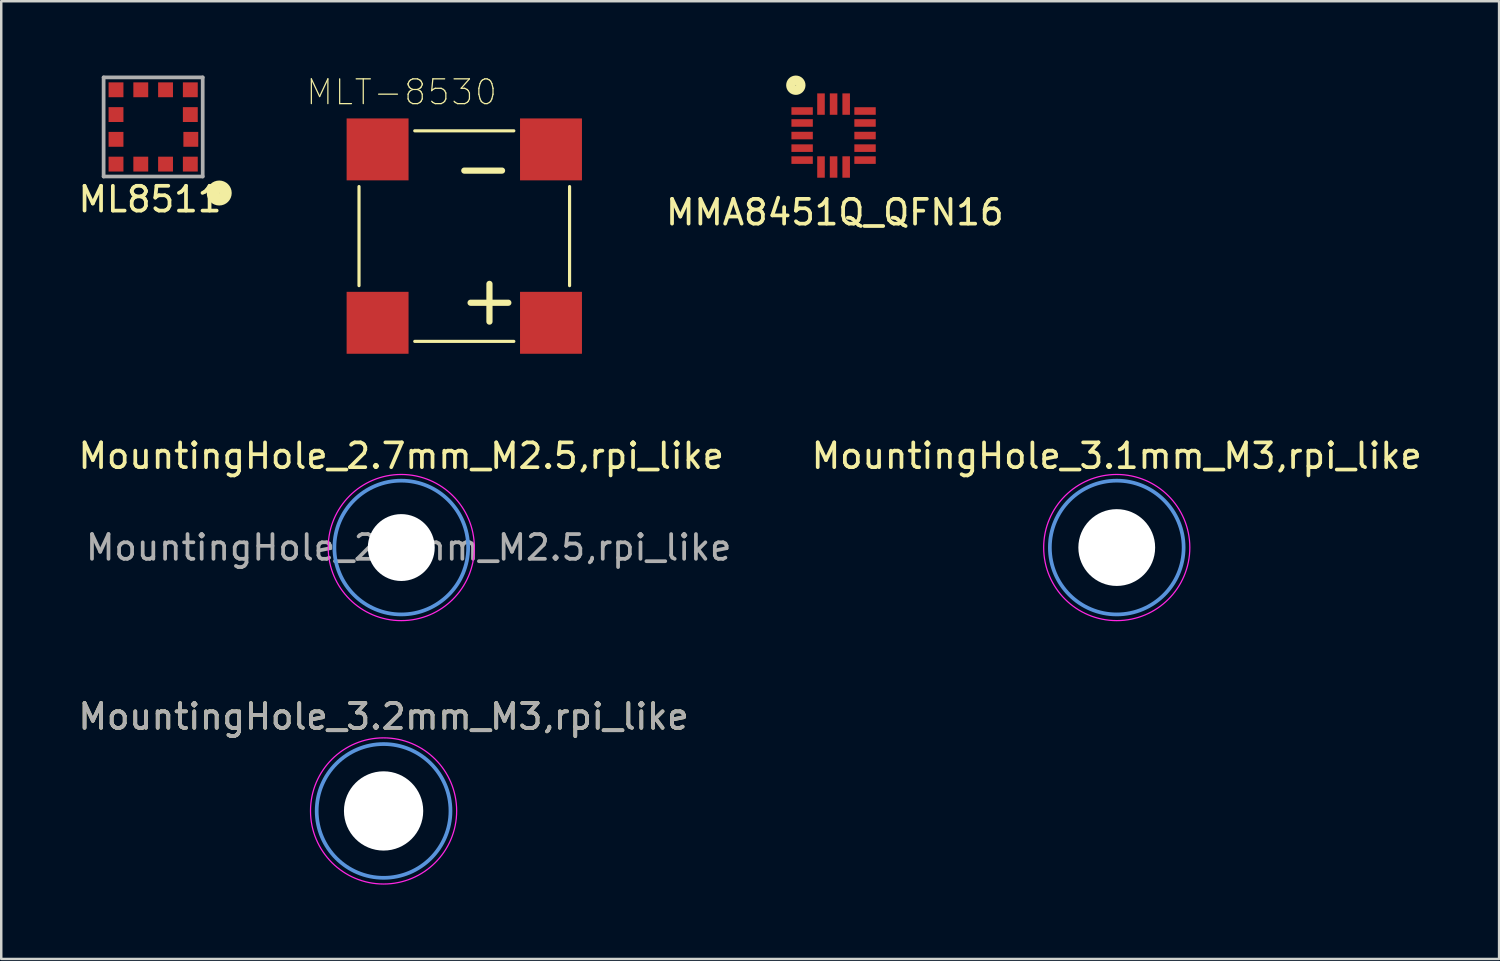
<source format=kicad_pcb>
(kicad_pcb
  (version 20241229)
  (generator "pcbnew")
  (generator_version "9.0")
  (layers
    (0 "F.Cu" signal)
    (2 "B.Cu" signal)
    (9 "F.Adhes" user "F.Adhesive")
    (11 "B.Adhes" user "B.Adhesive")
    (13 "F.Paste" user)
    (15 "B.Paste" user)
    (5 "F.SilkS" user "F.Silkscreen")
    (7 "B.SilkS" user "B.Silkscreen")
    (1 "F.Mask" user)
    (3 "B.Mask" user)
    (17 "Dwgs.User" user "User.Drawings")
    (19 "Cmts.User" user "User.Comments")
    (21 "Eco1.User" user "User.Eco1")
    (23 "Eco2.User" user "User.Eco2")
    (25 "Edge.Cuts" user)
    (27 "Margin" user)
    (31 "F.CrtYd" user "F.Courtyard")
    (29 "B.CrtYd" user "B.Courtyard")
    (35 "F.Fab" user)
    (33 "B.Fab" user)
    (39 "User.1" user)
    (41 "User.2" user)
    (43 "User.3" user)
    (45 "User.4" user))
  (footprint "MountingHole_3.2mm_M3,rpi_like"
    (layer "F.Cu")
    (at 12.435 29.687)
    (property "Reference" "MountingHole_3.2mm_M3,rpi_like" (at 0 -3.81 0) (layer "F.SilkS") (effects (font (size 1 1) (thickness 0.15))))
    (attr exclude_from_pos_files exclude_from_bom)
    (fp_circle (center 0 0) (end 1.905 0) (stroke (width 1.2) (type solid)) (fill no) (layer "F.Mask"))
    (fp_circle (center 0 0) (end 1.905 0) (stroke (width 1.2) (type solid)) (fill no) (layer "B.Mask"))
    (fp_circle (center 0 0) (end 2.7 0) (stroke (width 0.15) (type solid)) (fill no) (layer "Cmts.User"))
    (fp_circle (center 0 0) (end 2.95 0) (stroke (width 0.05) (type solid)) (fill no) (layer "F.CrtYd"))
    (fp_text user "${REFERENCE}" (at 0 -3.81 0) (layer "F.Fab") (effects (font (size 1 1) (thickness 0.15))))
    (pad "" np_thru_hole circle (at 0 0) (size 3.2 3.2) (drill 3.2) (layers "*.Cu" "*.Mask")))
  (footprint "MountingHole_2.7mm_M2.5,rpi_like"
    (layer "F.Cu")
    (at 13.149 19.054)
    (property "Reference" "MountingHole_2.7mm_M2.5,rpi_like" (at 0 -3.7 0) (layer "F.SilkS") (effects (font (size 1 1) (thickness 0.15))))
    (attr exclude_from_pos_files exclude_from_bom)
    (fp_circle (center 0 0) (end 1.905 0) (stroke (width 1.2) (type solid)) (fill no) (layer "F.Mask"))
    (fp_circle (center 0 0) (end 1.905 0) (stroke (width 1.2) (type solid)) (fill no) (layer "B.Mask"))
    (fp_circle (center 0 0) (end 2.7 0) (stroke (width 0.15) (type solid)) (fill no) (layer "Cmts.User"))
    (fp_circle (center 0 0) (end 2.95 0) (stroke (width 0.05) (type solid)) (fill no) (layer "F.CrtYd"))
    (fp_text user "${REFERENCE}" (at 0.3 0 0) (layer "F.Fab") (effects (font (size 1 1) (thickness 0.15))))
    (pad "" np_thru_hole circle (at 0 0) (size 2.7 2.7) (drill 2.7) (layers "*.Cu" "*.Mask")))
  (footprint "MMA8451Q_QFN16"
    (layer "F.Cu")
    (at 30.601 2.422)
    (property "Reference" "MMA8451Q_QFN16" (at 0.051 3.101 0) (layer "F.SilkS") (effects (font (size 1 1) (thickness 0.15))))
    (attr smd)
    (fp_circle (center -1.524 -2.032) (end -1.324 -2.032) (stroke (width 0.381) (type solid)) (fill no) (layer "F.SilkS"))
    (fp_line (start -1.499 -1.499) (end -1.499 1.499) (stroke (width 0.1) (type solid)) (layer "Eco2.User"))
    (fp_line (start -1.499 -1.143) (end -1.499 -0.838) (stroke (width 0.1) (type solid)) (layer "Eco2.User"))
    (fp_line (start -1.499 -0.66) (end -1.499 -0.356) (stroke (width 0.1) (type solid)) (layer "Eco2.User"))
    (fp_line (start -1.499 -0.229) (end -0.229 -1.499) (stroke (width 0.1) (type solid)) (layer "Eco2.User"))
    (fp_line (start -1.499 -0.152) (end -1.499 0.152) (stroke (width 0.1) (type solid)) (layer "Eco2.User"))
    (fp_line (start -1.499 0.356) (end -1.499 0.66) (stroke (width 0.1) (type solid)) (layer "Eco2.User"))
    (fp_line (start -1.499 0.838) (end -1.499 1.143) (stroke (width 0.1) (type solid)) (layer "Eco2.User"))
    (fp_line (start -1.499 1.499) (end 1.499 1.499) (stroke (width 0.1) (type solid)) (layer "Eco2.User"))
    (fp_line (start -0.66 1.499) (end -0.356 1.499) (stroke (width 0.1) (type solid)) (layer "Eco2.User"))
    (fp_line (start -0.356 -1.499) (end -0.66 -1.499) (stroke (width 0.1) (type solid)) (layer "Eco2.User"))
    (fp_line (start -0.152 1.499) (end 0.152 1.499) (stroke (width 0.1) (type solid)) (layer "Eco2.User"))
    (fp_line (start 0.152 -1.499) (end -0.152 -1.499) (stroke (width 0.1) (type solid)) (layer "Eco2.User"))
    (fp_line (start 0.356 1.499) (end 0.66 1.499) (stroke (width 0.1) (type solid)) (layer "Eco2.User"))
    (fp_line (start 0.66 -1.499) (end 0.356 -1.499) (stroke (width 0.1) (type solid)) (layer "Eco2.User"))
    (fp_line (start 1.499 -1.499) (end -1.499 -1.499) (stroke (width 0.1) (type solid)) (layer "Eco2.User"))
    (fp_line (start 1.499 -0.838) (end 1.499 -1.143) (stroke (width 0.1) (type solid)) (layer "Eco2.User"))
    (fp_line (start 1.499 -0.356) (end 1.499 -0.66) (stroke (width 0.1) (type solid)) (layer "Eco2.User"))
    (fp_line (start 1.499 0.152) (end 1.499 -0.152) (stroke (width 0.1) (type solid)) (layer "Eco2.User"))
    (fp_line (start 1.499 0.66) (end 1.499 0.356) (stroke (width 0.1) (type solid)) (layer "Eco2.User"))
    (fp_line (start 1.499 1.143) (end 1.499 0.838) (stroke (width 0.1) (type solid)) (layer "Eco2.User"))
    (fp_line (start 1.499 1.499) (end 1.499 -1.499) (stroke (width 0.1) (type solid)) (layer "Eco2.User"))
    (pad "1" smd rect (at -1.27 -0.991 270) (size 0.305 0.864) (layers "F.Cu" "F.Mask" "F.Paste"))
    (pad "2" smd rect (at -1.27 -0.508 270) (size 0.305 0.864) (layers "F.Cu" "F.Mask" "F.Paste"))
    (pad "3" smd rect (at -1.27 0 270) (size 0.305 0.864) (layers "F.Cu" "F.Mask" "F.Paste"))
    (pad "4" smd rect (at -1.27 0.508 270) (size 0.305 0.864) (layers "F.Cu" "F.Mask" "F.Paste"))
    (pad "5" smd rect (at -1.27 0.991 270) (size 0.305 0.864) (layers "F.Cu" "F.Mask" "F.Paste"))
    (pad "6" smd rect (at -0.508 1.27 180) (size 0.305 0.864) (layers "F.Cu" "F.Mask" "F.Paste"))
    (pad "7" smd rect (at 0 1.27 180) (size 0.305 0.864) (layers "F.Cu" "F.Mask" "F.Paste"))
    (pad "8" smd rect (at 0.508 1.27 180) (size 0.305 0.864) (layers "F.Cu" "F.Mask" "F.Paste"))
    (pad "9" smd rect (at 1.27 0.991 270) (size 0.305 0.864) (layers "F.Cu" "F.Mask" "F.Paste"))
    (pad "10" smd rect (at 1.27 0.508 270) (size 0.305 0.864) (layers "F.Cu" "F.Mask" "F.Paste"))
    (pad "11" smd rect (at 1.27 0 270) (size 0.305 0.864) (layers "F.Cu" "F.Mask" "F.Paste"))
    (pad "12" smd rect (at 1.27 -0.508 270) (size 0.305 0.864) (layers "F.Cu" "F.Mask" "F.Paste"))
    (pad "13" smd rect (at 1.27 -0.991 270) (size 0.305 0.864) (layers "F.Cu" "F.Mask" "F.Paste"))
    (pad "14" smd rect (at 0.508 -1.27 180) (size 0.305 0.864) (layers "F.Cu" "F.Mask" "F.Paste"))
    (pad "15" smd rect (at 0 -1.27 180) (size 0.305 0.864) (layers "F.Cu" "F.Mask" "F.Paste"))
    (pad "16" smd rect (at -0.508 -1.27 180) (size 0.305 0.864) (layers "F.Cu" "F.Mask" "F.Paste")))
  (footprint "ML8511"
    (layer "F.Cu")
    (at 3.133 2.075)
    (property "Reference" "ML8511" (at -0.127 2.921 0) (layer "F.SilkS") (effects (font (size 1 1) (thickness 0.15))))
    (attr through_hole)
    (fp_circle (center 2.667 2.667) (end 2.921 2.667) (stroke (width 0.5) (type solid)) (fill no) (layer "F.SilkS"))
    (fp_line (start -2 -2) (end -2 2) (stroke (width 0.15) (type solid)) (layer "F.Fab"))
    (fp_line (start -2 2) (end 2 2) (stroke (width 0.15) (type solid)) (layer "F.Fab"))
    (fp_line (start 2 -2) (end -2 -2) (stroke (width 0.15) (type solid)) (layer "F.Fab"))
    (fp_line (start 2 2) (end 2 -2) (stroke (width 0.15) (type solid)) (layer "F.Fab"))
    (pad "1" smd rect (at 1.5 1.5) (size 0.6 0.6) (layers "F.Cu" "F.Mask" "F.Paste"))
    (pad "2" smd rect (at 1.52 0.5) (size 0.6 0.6) (layers "F.Cu" "F.Mask" "F.Paste"))
    (pad "3" smd rect (at 1.5 -0.5) (size 0.6 0.6) (layers "F.Cu" "F.Mask" "F.Paste"))
    (pad "4" smd rect (at 1.5 -1.5) (size 0.6 0.6) (layers "F.Cu" "F.Mask" "F.Paste"))
    (pad "5" smd rect (at 0.5 -1.5) (size 0.6 0.6) (layers "F.Cu" "F.Mask" "F.Paste"))
    (pad "6" smd rect (at -0.5 -1.5) (size 0.6 0.6) (layers "F.Cu" "F.Mask" "F.Paste"))
    (pad "7" smd rect (at -1.5 -1.5) (size 0.6 0.6) (layers "F.Cu" "F.Mask" "F.Paste"))
    (pad "8" smd rect (at -1.5 -0.5) (size 0.6 0.6) (layers "F.Cu" "F.Mask" "F.Paste"))
    (pad "9" smd rect (at -1.5 0.5) (size 0.6 0.6) (layers "F.Cu" "F.Mask" "F.Paste"))
    (pad "10" smd rect (at -1.5 1.5) (size 0.6 0.6) (layers "F.Cu" "F.Mask" "F.Paste"))
    (pad "11" smd rect (at -0.5 1.5) (size 0.6 0.6) (layers "F.Cu" "F.Mask" "F.Paste"))
    (pad "12" smd rect (at 0.5 1.5) (size 0.6 0.6) (layers "F.Cu" "F.Mask" "F.Paste")))
  (footprint "MLT-8530"
    (layer "F.Cu")
    (at 15.693 6.481)
    (property "Reference" "MLT-8530" (at -2.531 -5.808 0) (layer "F.SilkS") (effects (font (size 1 1) (thickness 0.05))))
    (attr smd)
    (fp_line (start -4.25 -2) (end -4.25 2) (stroke (width 0.127) (type solid)) (layer "F.SilkS"))
    (fp_line (start -2 -4.25) (end 2 -4.25) (stroke (width 0.127) (type solid)) (layer "F.SilkS"))
    (fp_line (start 2 4.25) (end -2 4.25) (stroke (width 0.127) (type solid)) (layer "F.SilkS"))
    (fp_line (start 4.25 -2) (end 4.25 2) (stroke (width 0.127) (type solid)) (layer "F.SilkS"))
    (fp_line (start -5 -5) (end -5 5) (stroke (width 0.05) (type solid)) (layer "Eco1.User"))
    (fp_line (start 5 -5) (end -5 -5) (stroke (width 0.05) (type solid)) (layer "Eco1.User"))
    (fp_line (start 5 -5) (end 5 5) (stroke (width 0.05) (type solid)) (layer "Eco1.User"))
    (fp_line (start 5 5) (end -5 5) (stroke (width 0.05) (type solid)) (layer "Eco1.User"))
    (fp_line (start -4.25 -4.25) (end 4.25 -4.25) (stroke (width 0.127) (type solid)) (layer "Eco2.User"))
    (fp_line (start -4.25 4.25) (end -4.25 -4.25) (stroke (width 0.127) (type solid)) (layer "Eco2.User"))
    (fp_line (start 4.25 -4.25) (end 4.25 4.25) (stroke (width 0.127) (type solid)) (layer "Eco2.User"))
    (fp_line (start 4.25 4.25) (end -4.25 4.25) (stroke (width 0.127) (type solid)) (layer "Eco2.User"))
    (fp_text user "+" (at 1.016 2.54 0) (layer "F.SilkS") (effects (font (size 2 2) (thickness 0.25))))
    (fp_text user "-" (at 0.762 -2.794 0) (layer "F.SilkS") (effects (font (size 2 2) (thickness 0.25))))
    (pad "1" smd rect (at -3.5 -3.5) (size 2.5 2.5) (layers "F.Cu" "F.Mask" "F.Paste"))
    (pad "2" smd rect (at -3.5 3.5) (size 2.5 2.5) (layers "F.Cu" "F.Mask" "F.Paste"))
    (pad "N" smd rect (at 3.5 -3.5) (size 2.5 2.5) (layers "F.Cu" "F.Mask" "F.Paste"))
    (pad "P" smd rect (at 3.5 3.5) (size 2.5 2.5) (layers "F.Cu" "F.Mask" "F.Paste")))
  (footprint "MountingHole_3.1mm_M3,rpi_like"
    (layer "F.Cu")
    (at 42.032 19.054)
    (property "Reference" "MountingHole_3.1mm_M3,rpi_like" (at 0 -3.7 0) (layer "F.SilkS") (effects (font (size 1 1) (thickness 0.15))))
    (attr exclude_from_pos_files exclude_from_bom)
    (fp_circle (center 0 0) (end 1.905 0) (stroke (width 1.2) (type solid)) (fill no) (layer "F.Mask"))
    (fp_circle (center 0 0) (end 1.905 0) (stroke (width 1.2) (type solid)) (fill no) (layer "B.Mask"))
    (fp_circle (center 0 0) (end 2.7 0) (stroke (width 0.15) (type solid)) (fill no) (layer "Cmts.User"))
    (fp_circle (center 0 0) (end 2.95 0) (stroke (width 0.05) (type solid)) (fill no) (layer "F.CrtYd"))
    (pad "" np_thru_hole circle (at 0 0) (size 3.1 3.1) (drill 3.1) (layers "*.Cu" "*.Mask")))
  (gr_rect
    (start -3 -3)
    (end 57.467 35.662)
    (stroke (width 0.1) (type default))
    (fill no)
    (layer "Edge.Cuts")))
</source>
